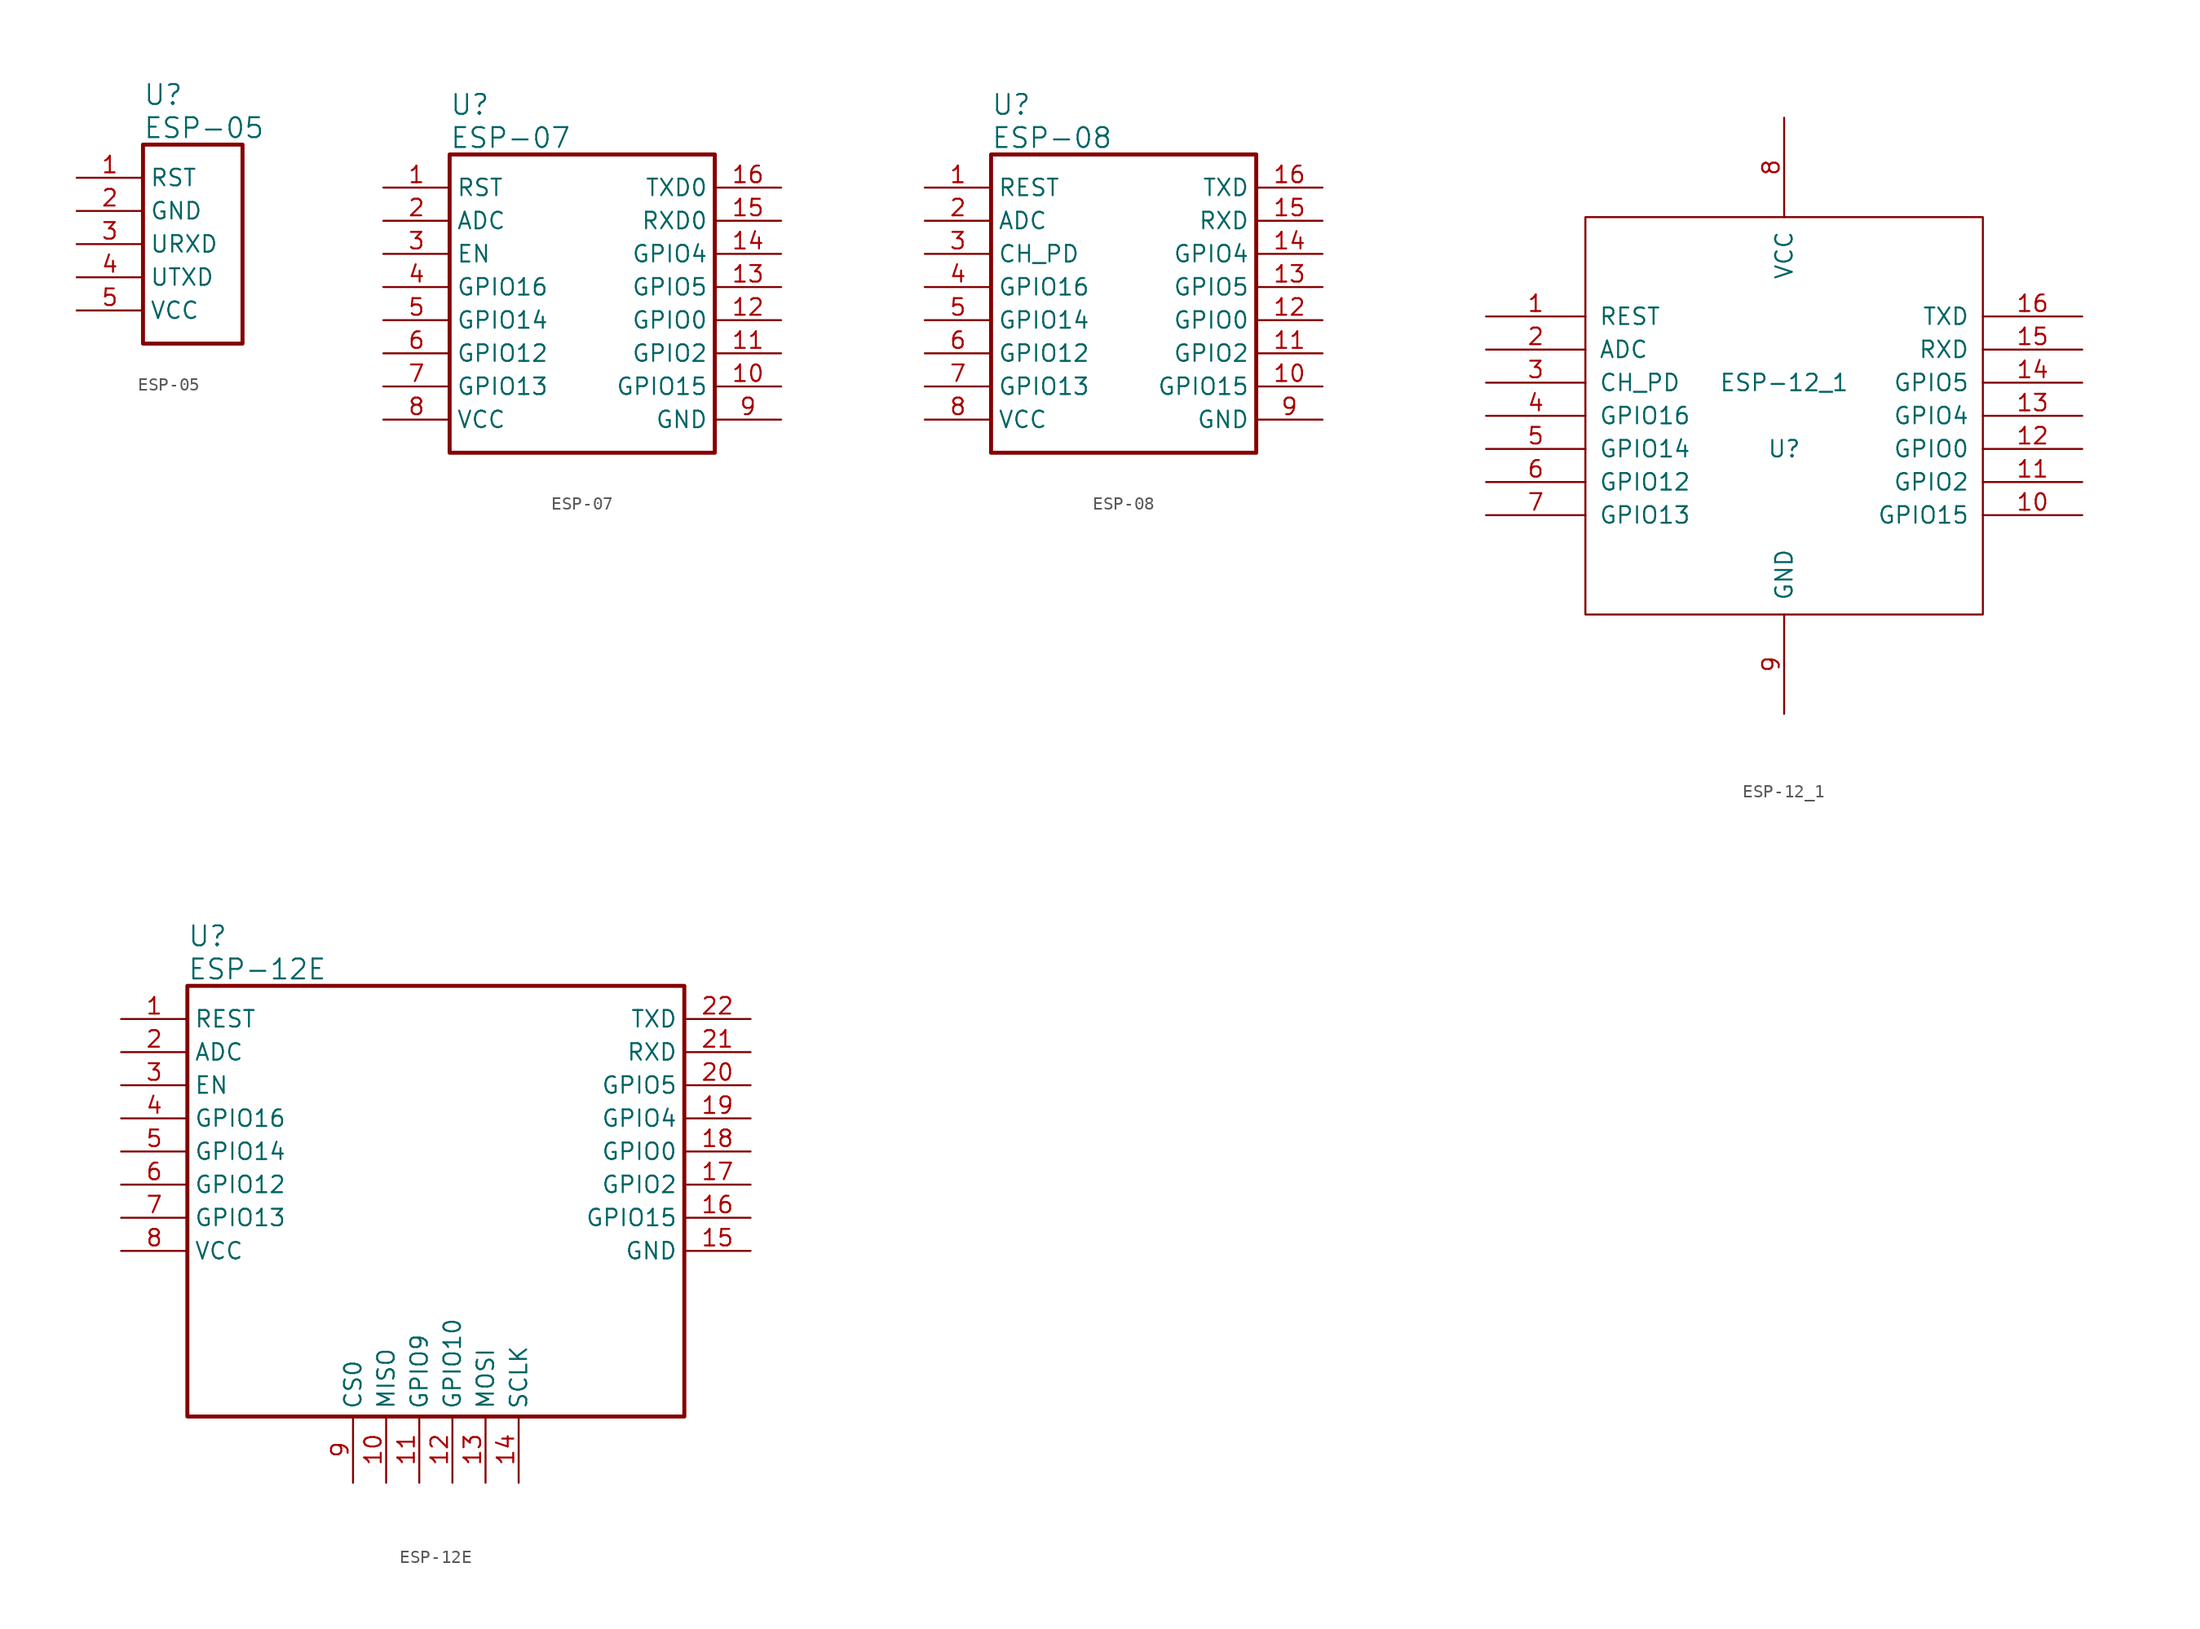
<source format=kicad_sym>
(kicad_symbol_lib
  (version 20201005)
  (generator kicad_symbol_editor)
  (symbol "Zimprich:ESP-05"
    (property "Reference" "U"
      (at 5.08 6.35 0)
      (effects (font (size 1.524 1.524)) (justify left)))
    (property "Value" "ESP-05"
      (at 5.08 3.81 0)
      (effects (font (size 1.524 1.524)) (justify left)))
    (property "ki_locked" ""
      (at 0 0 0)
      (effects (font (size 1.27 1.27))))
    (symbol "ESP-05_1_1"
      (rectangle (start 5.08 2.54) (end 12.7 -12.7) (stroke (width 0.305)) (fill (type none)))
      (pin input line (at 0 0 0) (length 5.08) (name "RST" (effects (font (size 1.27 1.27)))) (number "1" (effects (font (size 1.27 1.27)))))
      (pin power_in line (at 0 -2.54 0) (length 5.08) (name "GND" (effects (font (size 1.27 1.27)))) (number "2" (effects (font (size 1.27 1.27)))))
      (pin input line (at 0 -5.08 0) (length 5.08) (name "URXD" (effects (font (size 1.27 1.27)))) (number "3" (effects (font (size 1.27 1.27)))))
      (pin output line (at 0 -7.62 0) (length 5.08) (name "UTXD" (effects (font (size 1.27 1.27)))) (number "4" (effects (font (size 1.27 1.27)))))
      (pin power_in line (at 0 -10.16 0) (length 5.08) (name "VCC" (effects (font (size 1.27 1.27)))) (number "5" (effects (font (size 1.27 1.27)))))))
  (symbol "Zimprich:ESP-07"
    (property "Reference" "U"
      (at 5.08 6.35 0)
      (effects (font (size 1.524 1.524)) (justify left)))
    (property "Value" "ESP-07"
      (at 5.08 3.81 0)
      (effects (font (size 1.524 1.524)) (justify left)))
    (property "ki_locked" ""
      (at 0 0 0)
      (effects (font (size 1.27 1.27))))
    (symbol "ESP-07_1_1"
      (rectangle (start 5.08 2.54) (end 25.4 -20.32) (stroke (width 0.305)) (fill (type none)))
      (pin input line (at 0 0 0) (length 5.08) (name "RST" (effects (font (size 1.27 1.27)))) (number "1" (effects (font (size 1.27 1.27)))))
      (pin bidirectional line (at 30.48 -15.24 180) (length 5.08) (name "GPIO15" (effects (font (size 1.27 1.27)))) (number "10" (effects (font (size 1.27 1.27)))))
      (pin bidirectional line (at 30.48 -12.7 180) (length 5.08) (name "GPIO2" (effects (font (size 1.27 1.27)))) (number "11" (effects (font (size 1.27 1.27)))))
      (pin bidirectional line (at 30.48 -10.16 180) (length 5.08) (name "GPIO0" (effects (font (size 1.27 1.27)))) (number "12" (effects (font (size 1.27 1.27)))))
      (pin bidirectional line (at 30.48 -7.62 180) (length 5.08) (name "GPIO5" (effects (font (size 1.27 1.27)))) (number "13" (effects (font (size 1.27 1.27)))))
      (pin bidirectional line (at 30.48 -5.08 180) (length 5.08) (name "GPIO4" (effects (font (size 1.27 1.27)))) (number "14" (effects (font (size 1.27 1.27)))))
      (pin input line (at 30.48 -2.54 180) (length 5.08) (name "RXD0" (effects (font (size 1.27 1.27)))) (number "15" (effects (font (size 1.27 1.27)))))
      (pin output line (at 30.48 0 180) (length 5.08) (name "TXD0" (effects (font (size 1.27 1.27)))) (number "16" (effects (font (size 1.27 1.27)))))
      (pin passive line (at 0 -2.54 0) (length 5.08) (name "ADC" (effects (font (size 1.27 1.27)))) (number "2" (effects (font (size 1.27 1.27)))))
      (pin input line (at 0 -5.08 0) (length 5.08) (name "EN" (effects (font (size 1.27 1.27)))) (number "3" (effects (font (size 1.27 1.27)))))
      (pin bidirectional line (at 0 -7.62 0) (length 5.08) (name "GPIO16" (effects (font (size 1.27 1.27)))) (number "4" (effects (font (size 1.27 1.27)))))
      (pin bidirectional line (at 0 -10.16 0) (length 5.08) (name "GPIO14" (effects (font (size 1.27 1.27)))) (number "5" (effects (font (size 1.27 1.27)))))
      (pin bidirectional line (at 0 -12.7 0) (length 5.08) (name "GPIO12" (effects (font (size 1.27 1.27)))) (number "6" (effects (font (size 1.27 1.27)))))
      (pin bidirectional line (at 0 -15.24 0) (length 5.08) (name "GPIO13" (effects (font (size 1.27 1.27)))) (number "7" (effects (font (size 1.27 1.27)))))
      (pin power_in line (at 0 -17.78 0) (length 5.08) (name "VCC" (effects (font (size 1.27 1.27)))) (number "8" (effects (font (size 1.27 1.27)))))
      (pin power_in line (at 30.48 -17.78 180) (length 5.08) (name "GND" (effects (font (size 1.27 1.27)))) (number "9" (effects (font (size 1.27 1.27)))))))
  (symbol "Zimprich:ESP-08"
    (property "Reference" "U"
      (at 5.08 6.35 0)
      (effects (font (size 1.524 1.524)) (justify left)))
    (property "Value" "ESP-08"
      (at 5.08 3.81 0)
      (effects (font (size 1.524 1.524)) (justify left)))
    (property "ki_locked" ""
      (at 0 0 0)
      (effects (font (size 1.27 1.27))))
    (symbol "ESP-08_1_1"
      (rectangle (start 5.08 2.54) (end 25.4 -20.32) (stroke (width 0.305)) (fill (type none)))
      (pin input line (at 0 0 0) (length 5.08) (name "REST" (effects (font (size 1.27 1.27)))) (number "1" (effects (font (size 1.27 1.27)))))
      (pin bidirectional line (at 30.48 -15.24 180) (length 5.08) (name "GPIO15" (effects (font (size 1.27 1.27)))) (number "10" (effects (font (size 1.27 1.27)))))
      (pin bidirectional line (at 30.48 -12.7 180) (length 5.08) (name "GPIO2" (effects (font (size 1.27 1.27)))) (number "11" (effects (font (size 1.27 1.27)))))
      (pin bidirectional line (at 30.48 -10.16 180) (length 5.08) (name "GPIO0" (effects (font (size 1.27 1.27)))) (number "12" (effects (font (size 1.27 1.27)))))
      (pin bidirectional line (at 30.48 -7.62 180) (length 5.08) (name "GPIO5" (effects (font (size 1.27 1.27)))) (number "13" (effects (font (size 1.27 1.27)))))
      (pin bidirectional line (at 30.48 -5.08 180) (length 5.08) (name "GPIO4" (effects (font (size 1.27 1.27)))) (number "14" (effects (font (size 1.27 1.27)))))
      (pin input line (at 30.48 -2.54 180) (length 5.08) (name "RXD" (effects (font (size 1.27 1.27)))) (number "15" (effects (font (size 1.27 1.27)))))
      (pin output line (at 30.48 0 180) (length 5.08) (name "TXD" (effects (font (size 1.27 1.27)))) (number "16" (effects (font (size 1.27 1.27)))))
      (pin passive line (at 0 -2.54 0) (length 5.08) (name "ADC" (effects (font (size 1.27 1.27)))) (number "2" (effects (font (size 1.27 1.27)))))
      (pin input line (at 0 -5.08 0) (length 5.08) (name "CH_PD" (effects (font (size 1.27 1.27)))) (number "3" (effects (font (size 1.27 1.27)))))
      (pin bidirectional line (at 0 -7.62 0) (length 5.08) (name "GPIO16" (effects (font (size 1.27 1.27)))) (number "4" (effects (font (size 1.27 1.27)))))
      (pin bidirectional line (at 0 -10.16 0) (length 5.08) (name "GPIO14" (effects (font (size 1.27 1.27)))) (number "5" (effects (font (size 1.27 1.27)))))
      (pin bidirectional line (at 0 -12.7 0) (length 5.08) (name "GPIO12" (effects (font (size 1.27 1.27)))) (number "6" (effects (font (size 1.27 1.27)))))
      (pin bidirectional line (at 0 -15.24 0) (length 5.08) (name "GPIO13" (effects (font (size 1.27 1.27)))) (number "7" (effects (font (size 1.27 1.27)))))
      (pin power_in line (at 0 -17.78 0) (length 5.08) (name "VCC" (effects (font (size 1.27 1.27)))) (number "8" (effects (font (size 1.27 1.27)))))
      (pin power_in line (at 30.48 -17.78 180) (length 5.08) (name "GND" (effects (font (size 1.27 1.27)))) (number "9" (effects (font (size 1.27 1.27)))))))
  (symbol "Zimprich:ESP-12_1"
    (pin_names
      (offset 1.016))
    (property "Reference" "U"
      (at 0 -2.54 0)
      (effects (font (size 1.27 1.27))))
    (property "Value" "ESP-12_1"
      (at 0 2.54 0)
      (effects (font (size 1.27 1.27))))
    (symbol "ESP-12_1_1_0"
      (rectangle (start -15.24 -15.24) (end 15.24 15.24) (stroke (width 0)) (fill (type none))))
    (symbol "ESP-12_1_1_1"
      (pin input line (at -22.86 7.62 0) (length 7.62) (name "REST" (effects (font (size 1.27 1.27)))) (number "1" (effects (font (size 1.27 1.27)))))
      (pin bidirectional line (at 22.86 -7.62 180) (length 7.62) (name "GPIO15" (effects (font (size 1.27 1.27)))) (number "10" (effects (font (size 1.27 1.27)))))
      (pin bidirectional line (at 22.86 -5.08 180) (length 7.62) (name "GPIO2" (effects (font (size 1.27 1.27)))) (number "11" (effects (font (size 1.27 1.27)))))
      (pin bidirectional line (at 22.86 -2.54 180) (length 7.62) (name "GPIO0" (effects (font (size 1.27 1.27)))) (number "12" (effects (font (size 1.27 1.27)))))
      (pin bidirectional line (at 22.86 0 180) (length 7.62) (name "GPIO4" (effects (font (size 1.27 1.27)))) (number "13" (effects (font (size 1.27 1.27)))))
      (pin bidirectional line (at 22.86 2.54 180) (length 7.62) (name "GPIO5" (effects (font (size 1.27 1.27)))) (number "14" (effects (font (size 1.27 1.27)))))
      (pin input line (at 22.86 5.08 180) (length 7.62) (name "RXD" (effects (font (size 1.27 1.27)))) (number "15" (effects (font (size 1.27 1.27)))))
      (pin output line (at 22.86 7.62 180) (length 7.62) (name "TXD" (effects (font (size 1.27 1.27)))) (number "16" (effects (font (size 1.27 1.27)))))
      (pin passive line (at -22.86 5.08 0) (length 7.62) (name "ADC" (effects (font (size 1.27 1.27)))) (number "2" (effects (font (size 1.27 1.27)))))
      (pin input line (at -22.86 2.54 0) (length 7.62) (name "CH_PD" (effects (font (size 1.27 1.27)))) (number "3" (effects (font (size 1.27 1.27)))))
      (pin bidirectional line (at -22.86 0 0) (length 7.62) (name "GPIO16" (effects (font (size 1.27 1.27)))) (number "4" (effects (font (size 1.27 1.27)))))
      (pin bidirectional line (at -22.86 -2.54 0) (length 7.62) (name "GPIO14" (effects (font (size 1.27 1.27)))) (number "5" (effects (font (size 1.27 1.27)))))
      (pin bidirectional line (at -22.86 -5.08 0) (length 7.62) (name "GPIO12" (effects (font (size 1.27 1.27)))) (number "6" (effects (font (size 1.27 1.27)))))
      (pin bidirectional line (at -22.86 -7.62 0) (length 7.62) (name "GPIO13" (effects (font (size 1.27 1.27)))) (number "7" (effects (font (size 1.27 1.27)))))
      (pin power_in line (at 0 22.86 270) (length 7.62) (name "VCC" (effects (font (size 1.27 1.27)))) (number "8" (effects (font (size 1.27 1.27)))))
      (pin power_in line (at 0 -22.86 90) (length 7.62) (name "GND" (effects (font (size 1.27 1.27)))) (number "9" (effects (font (size 1.27 1.27)))))))
  (symbol "Zimprich:ESP-12E"
    (property "Reference" "U"
      (at 5.08 6.35 0)
      (effects (font (size 1.524 1.524)) (justify left)))
    (property "Value" "ESP-12E"
      (at 5.08 3.81 0)
      (effects (font (size 1.524 1.524)) (justify left)))
    (property "ki_locked" ""
      (at 0 0 0)
      (effects (font (size 1.27 1.27))))
    (symbol "ESP-12E_1_1"
      (rectangle (start 5.08 2.54) (end 43.18 -30.48) (stroke (width 0.305)) (fill (type none)))
      (pin input line (at 0 0 0) (length 5.08) (name "REST" (effects (font (size 1.27 1.27)))) (number "1" (effects (font (size 1.27 1.27)))))
      (pin bidirectional line (at 20.32 -35.56 90) (length 5.08) (name "MISO" (effects (font (size 1.27 1.27)))) (number "10" (effects (font (size 1.27 1.27)))))
      (pin bidirectional line (at 22.86 -35.56 90) (length 5.08) (name "GPIO9" (effects (font (size 1.27 1.27)))) (number "11" (effects (font (size 1.27 1.27)))))
      (pin bidirectional line (at 25.4 -35.56 90) (length 5.08) (name "GPIO10" (effects (font (size 1.27 1.27)))) (number "12" (effects (font (size 1.27 1.27)))))
      (pin bidirectional line (at 27.94 -35.56 90) (length 5.08) (name "MOSI" (effects (font (size 1.27 1.27)))) (number "13" (effects (font (size 1.27 1.27)))))
      (pin bidirectional line (at 30.48 -35.56 90) (length 5.08) (name "SCLK" (effects (font (size 1.27 1.27)))) (number "14" (effects (font (size 1.27 1.27)))))
      (pin power_in line (at 48.26 -17.78 180) (length 5.08) (name "GND" (effects (font (size 1.27 1.27)))) (number "15" (effects (font (size 1.27 1.27)))))
      (pin bidirectional line (at 48.26 -15.24 180) (length 5.08) (name "GPIO15" (effects (font (size 1.27 1.27)))) (number "16" (effects (font (size 1.27 1.27)))))
      (pin bidirectional line (at 48.26 -12.7 180) (length 5.08) (name "GPIO2" (effects (font (size 1.27 1.27)))) (number "17" (effects (font (size 1.27 1.27)))))
      (pin bidirectional line (at 48.26 -10.16 180) (length 5.08) (name "GPIO0" (effects (font (size 1.27 1.27)))) (number "18" (effects (font (size 1.27 1.27)))))
      (pin bidirectional line (at 48.26 -7.62 180) (length 5.08) (name "GPIO4" (effects (font (size 1.27 1.27)))) (number "19" (effects (font (size 1.27 1.27)))))
      (pin passive line (at 0 -2.54 0) (length 5.08) (name "ADC" (effects (font (size 1.27 1.27)))) (number "2" (effects (font (size 1.27 1.27)))))
      (pin bidirectional line (at 48.26 -5.08 180) (length 5.08) (name "GPIO5" (effects (font (size 1.27 1.27)))) (number "20" (effects (font (size 1.27 1.27)))))
      (pin input line (at 48.26 -2.54 180) (length 5.08) (name "RXD" (effects (font (size 1.27 1.27)))) (number "21" (effects (font (size 1.27 1.27)))))
      (pin output line (at 48.26 0 180) (length 5.08) (name "TXD" (effects (font (size 1.27 1.27)))) (number "22" (effects (font (size 1.27 1.27)))))
      (pin input line (at 0 -5.08 0) (length 5.08) (name "EN" (effects (font (size 1.27 1.27)))) (number "3" (effects (font (size 1.27 1.27)))))
      (pin bidirectional line (at 0 -7.62 0) (length 5.08) (name "GPIO16" (effects (font (size 1.27 1.27)))) (number "4" (effects (font (size 1.27 1.27)))))
      (pin bidirectional line (at 0 -10.16 0) (length 5.08) (name "GPIO14" (effects (font (size 1.27 1.27)))) (number "5" (effects (font (size 1.27 1.27)))))
      (pin bidirectional line (at 0 -12.7 0) (length 5.08) (name "GPIO12" (effects (font (size 1.27 1.27)))) (number "6" (effects (font (size 1.27 1.27)))))
      (pin bidirectional line (at 0 -15.24 0) (length 5.08) (name "GPIO13" (effects (font (size 1.27 1.27)))) (number "7" (effects (font (size 1.27 1.27)))))
      (pin power_in line (at 0 -17.78 0) (length 5.08) (name "VCC" (effects (font (size 1.27 1.27)))) (number "8" (effects (font (size 1.27 1.27)))))
      (pin bidirectional line (at 17.78 -35.56 90) (length 5.08) (name "CS0" (effects (font (size 1.27 1.27)))) (number "9" (effects (font (size 1.27 1.27))))))))
</source>
